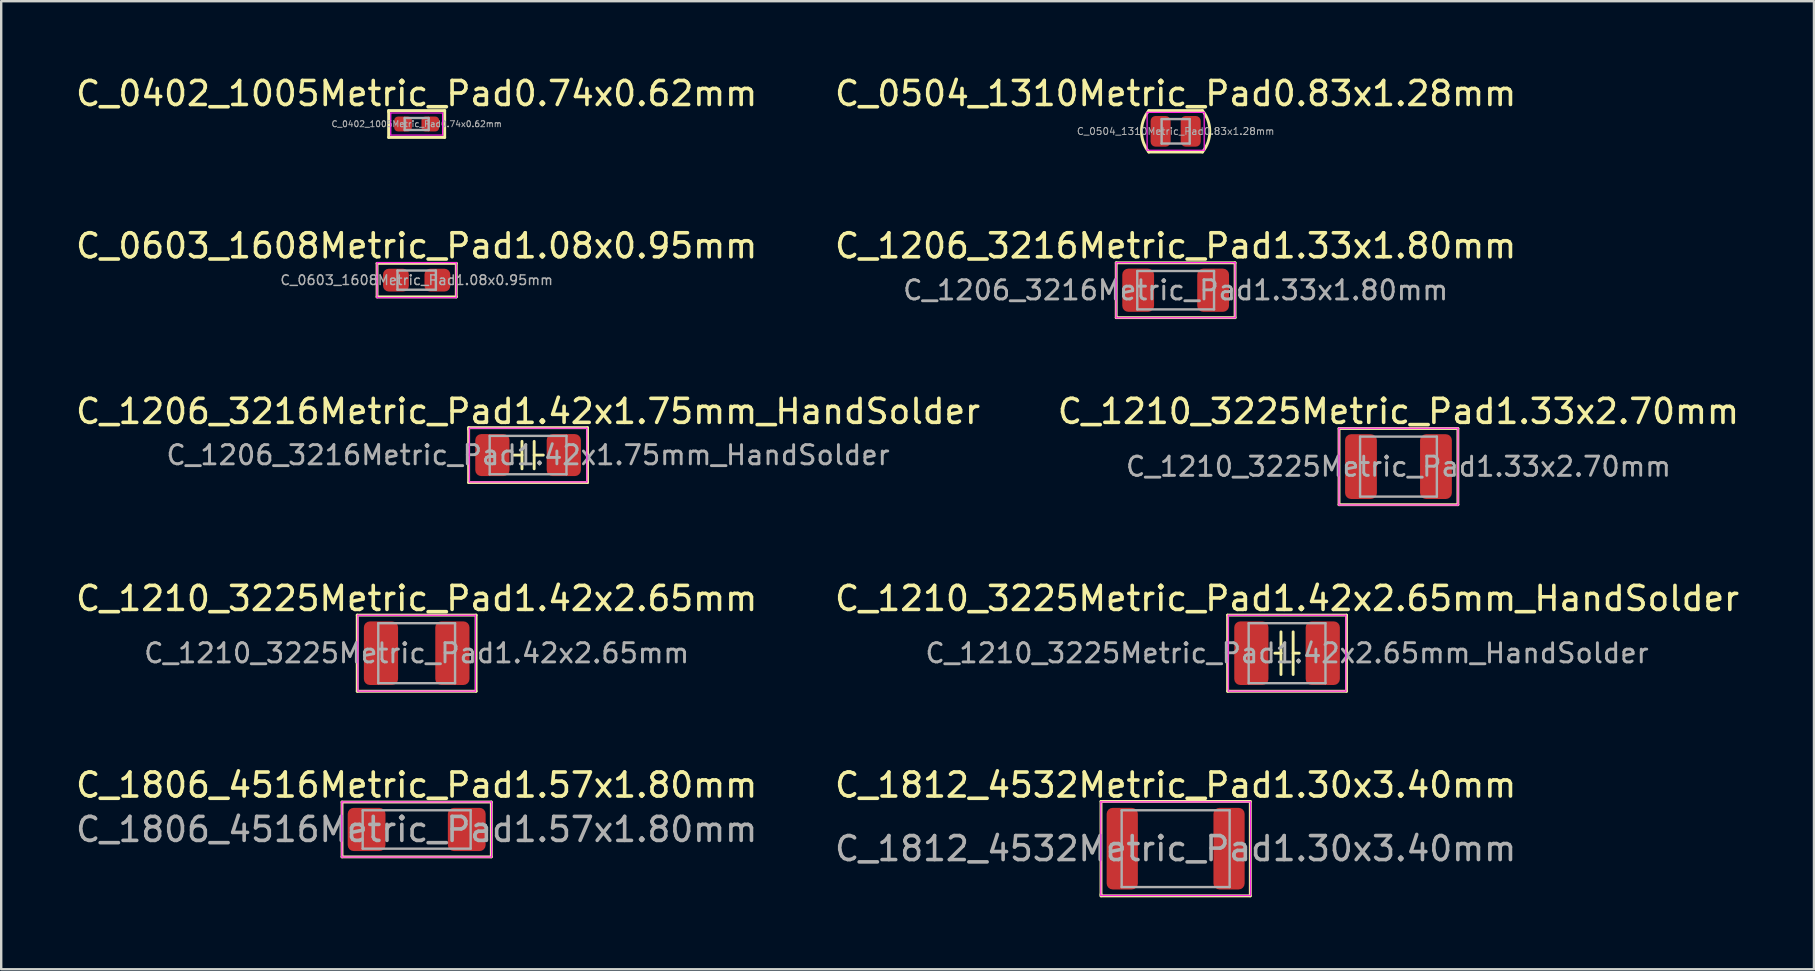
<source format=kicad_pcb>
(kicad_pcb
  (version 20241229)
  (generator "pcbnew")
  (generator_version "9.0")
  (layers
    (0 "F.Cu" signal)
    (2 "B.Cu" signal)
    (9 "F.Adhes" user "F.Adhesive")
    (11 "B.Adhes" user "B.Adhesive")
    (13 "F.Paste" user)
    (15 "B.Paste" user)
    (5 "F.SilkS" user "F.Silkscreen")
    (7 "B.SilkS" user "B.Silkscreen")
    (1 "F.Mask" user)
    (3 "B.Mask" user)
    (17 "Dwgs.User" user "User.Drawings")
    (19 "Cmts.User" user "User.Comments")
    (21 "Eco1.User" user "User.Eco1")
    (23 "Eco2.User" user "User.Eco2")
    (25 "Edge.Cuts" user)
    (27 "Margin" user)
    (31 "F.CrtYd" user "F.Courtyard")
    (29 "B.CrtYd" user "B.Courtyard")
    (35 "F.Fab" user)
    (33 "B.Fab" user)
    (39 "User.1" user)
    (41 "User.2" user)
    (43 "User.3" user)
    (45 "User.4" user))
  (footprint "C_1806_4516Metric_Pad1.57x1.80mm"
    (layer "F.Cu")
    (at 14.315 31.518)
    (property "Reference" "C_1806_4516Metric_Pad1.57x1.80mm" (at 0 -1.85 0) (layer "F.SilkS") (effects (font (size 1 1) (thickness 0.15))))
    (attr smd)
    (fp_line (start -3.111 -1.143) (end -3.111 1.143) (stroke (width 0.12) (type solid)) (layer "F.SilkS"))
    (fp_line (start -3.111 1.143) (end 3.111 1.143) (stroke (width 0.12) (type solid)) (layer "F.SilkS"))
    (fp_line (start 3.111 -1.143) (end -3.111 -1.143) (stroke (width 0.12) (type solid)) (layer "F.SilkS"))
    (fp_line (start 3.111 1.143) (end 3.111 -1.143) (stroke (width 0.12) (type solid)) (layer "F.SilkS"))
    (fp_line (start -3.12 -1.15) (end 3.12 -1.15) (stroke (width 0.05) (type solid)) (layer "F.CrtYd"))
    (fp_line (start -3.12 1.15) (end -3.12 -1.15) (stroke (width 0.05) (type solid)) (layer "F.CrtYd"))
    (fp_line (start 3.12 -1.15) (end 3.12 1.15) (stroke (width 0.05) (type solid)) (layer "F.CrtYd"))
    (fp_line (start 3.12 1.15) (end -3.12 1.15) (stroke (width 0.05) (type solid)) (layer "F.CrtYd"))
    (fp_line (start -2.25 -0.8) (end 2.25 -0.8) (stroke (width 0.1) (type solid)) (layer "F.Fab"))
    (fp_line (start -2.25 0.8) (end -2.25 -0.8) (stroke (width 0.1) (type solid)) (layer "F.Fab"))
    (fp_line (start 2.25 -0.8) (end 2.25 0.8) (stroke (width 0.1) (type solid)) (layer "F.Fab"))
    (fp_line (start 2.25 0.8) (end -2.25 0.8) (stroke (width 0.1) (type solid)) (layer "F.Fab"))
    (fp_text user "${REFERENCE}" (at 0 0 0) (layer "F.Fab") (effects (font (size 1 1) (thickness 0.15))))
    (pad "1" smd roundrect (at -2.087 0) (size 1.575 1.8) (layers "F.Cu" "F.Mask" "F.Paste") (roundrect_rratio 0.159))
    (pad "2" smd roundrect (at 2.087 0) (size 1.575 1.8) (layers "F.Cu" "F.Mask" "F.Paste") (roundrect_rratio 0.159)))
  (footprint "C_0603_1608Metric_Pad1.08x0.95mm"
    (layer "F.Cu")
    (at 14.315 8.625)
    (property "Reference" "C_0603_1608Metric_Pad1.08x0.95mm" (at 0 -1.43 0) (layer "F.SilkS") (effects (font (size 1 1) (thickness 0.15))))
    (attr smd)
    (fp_line (start -1.651 -0.699) (end -1.651 0.699) (stroke (width 0.12) (type solid)) (layer "F.SilkS"))
    (fp_line (start -1.651 0.699) (end 1.651 0.699) (stroke (width 0.12) (type solid)) (layer "F.SilkS"))
    (fp_line (start 1.651 -0.699) (end -1.651 -0.699) (stroke (width 0.12) (type solid)) (layer "F.SilkS"))
    (fp_line (start 1.651 0.699) (end 1.651 -0.699) (stroke (width 0.12) (type solid)) (layer "F.SilkS"))
    (fp_line (start -1.65 -0.73) (end 1.65 -0.73) (stroke (width 0.05) (type solid)) (layer "F.CrtYd"))
    (fp_line (start -1.65 0.73) (end -1.65 -0.73) (stroke (width 0.05) (type solid)) (layer "F.CrtYd"))
    (fp_line (start 1.65 -0.73) (end 1.65 0.73) (stroke (width 0.05) (type solid)) (layer "F.CrtYd"))
    (fp_line (start 1.65 0.73) (end -1.65 0.73) (stroke (width 0.05) (type solid)) (layer "F.CrtYd"))
    (fp_line (start -0.8 -0.4) (end 0.8 -0.4) (stroke (width 0.1) (type solid)) (layer "F.Fab"))
    (fp_line (start -0.8 0.4) (end -0.8 -0.4) (stroke (width 0.1) (type solid)) (layer "F.Fab"))
    (fp_line (start 0.8 -0.4) (end 0.8 0.4) (stroke (width 0.1) (type solid)) (layer "F.Fab"))
    (fp_line (start 0.8 0.4) (end -0.8 0.4) (stroke (width 0.1) (type solid)) (layer "F.Fab"))
    (fp_text user "${REFERENCE}" (at 0 0 0) (layer "F.Fab") (effects (font (size 0.4 0.4) (thickness 0.06))))
    (pad "1" smd roundrect (at -0.863 0) (size 1.075 0.95) (layers "F.Cu" "F.Mask" "F.Paste") (roundrect_rratio 0.25))
    (pad "2" smd roundrect (at 0.863 0) (size 1.075 0.95) (layers "F.Cu" "F.Mask" "F.Paste") (roundrect_rratio 0.25)))
  (footprint "C_1210_3225Metric_Pad1.42x2.65mm"
    (layer "F.Cu")
    (at 14.315 24.172)
    (property "Reference" "C_1210_3225Metric_Pad1.42x2.65mm" (at 0 -2.28 0) (layer "F.SilkS") (effects (font (size 1 1) (thickness 0.15))))
    (attr smd)
    (fp_line (start -2.477 -1.587) (end -2.477 1.587) (stroke (width 0.12) (type solid)) (layer "F.SilkS"))
    (fp_line (start -2.477 1.587) (end 2.477 1.587) (stroke (width 0.12) (type solid)) (layer "F.SilkS"))
    (fp_line (start 2.477 -1.587) (end -2.477 -1.587) (stroke (width 0.12) (type solid)) (layer "F.SilkS"))
    (fp_line (start 2.477 1.587) (end 2.477 -1.587) (stroke (width 0.12) (type solid)) (layer "F.SilkS"))
    (fp_line (start -2.45 -1.58) (end 2.45 -1.58) (stroke (width 0.05) (type solid)) (layer "F.CrtYd"))
    (fp_line (start -2.45 1.58) (end -2.45 -1.58) (stroke (width 0.05) (type solid)) (layer "F.CrtYd"))
    (fp_line (start 2.45 -1.58) (end 2.45 1.58) (stroke (width 0.05) (type solid)) (layer "F.CrtYd"))
    (fp_line (start 2.45 1.58) (end -2.45 1.58) (stroke (width 0.05) (type solid)) (layer "F.CrtYd"))
    (fp_line (start -1.6 -1.25) (end 1.6 -1.25) (stroke (width 0.1) (type solid)) (layer "F.Fab"))
    (fp_line (start -1.6 1.25) (end -1.6 -1.25) (stroke (width 0.1) (type solid)) (layer "F.Fab"))
    (fp_line (start 1.6 -1.25) (end 1.6 1.25) (stroke (width 0.1) (type solid)) (layer "F.Fab"))
    (fp_line (start 1.6 1.25) (end -1.6 1.25) (stroke (width 0.1) (type solid)) (layer "F.Fab"))
    (fp_text user "${REFERENCE}" (at 0 0 0) (layer "F.Fab") (effects (font (size 0.8 0.8) (thickness 0.12))))
    (pad "1" smd roundrect (at -1.488 0) (size 1.425 2.65) (layers "F.Cu" "F.Mask" "F.Paste") (roundrect_rratio 0.175))
    (pad "2" smd roundrect (at 1.488 0) (size 1.425 2.65) (layers "F.Cu" "F.Mask" "F.Paste") (roundrect_rratio 0.175)))
  (footprint "C_0402_1005Metric_Pad0.74x0.62mm"
    (layer "F.Cu")
    (at 14.315 2.118)
    (property "Reference" "C_0402_1005Metric_Pad0.74x0.62mm" (at 0 -1.27 0) (layer "F.SilkS") (effects (font (size 1 1) (thickness 0.15))))
    (attr smd)
    (fp_line (start -1.168 -0.559) (end 1.168 -0.559) (stroke (width 0.12) (type solid)) (layer "F.SilkS"))
    (fp_line (start -1.168 -0.508) (end -1.168 -0.559) (stroke (width 0.12) (type solid)) (layer "F.SilkS"))
    (fp_line (start -1.168 -0.508) (end -1.168 -0.051) (stroke (width 0.12) (type solid)) (layer "F.SilkS"))
    (fp_line (start -1.168 0.559) (end -1.168 -0.051) (stroke (width 0.12) (type solid)) (layer "F.SilkS"))
    (fp_line (start 1.168 -0.559) (end 1.168 0.559) (stroke (width 0.12) (type solid)) (layer "F.SilkS"))
    (fp_line (start 1.168 0.559) (end -1.168 0.559) (stroke (width 0.12) (type solid)) (layer "F.SilkS"))
    (fp_line (start -1.08 -0.46) (end 1.08 -0.46) (stroke (width 0.05) (type solid)) (layer "F.CrtYd"))
    (fp_line (start -1.08 0.46) (end -1.08 -0.46) (stroke (width 0.05) (type solid)) (layer "F.CrtYd"))
    (fp_line (start 1.08 -0.46) (end 1.08 0.46) (stroke (width 0.05) (type solid)) (layer "F.CrtYd"))
    (fp_line (start 1.08 0.46) (end -1.08 0.46) (stroke (width 0.05) (type solid)) (layer "F.CrtYd"))
    (fp_line (start -0.5 -0.25) (end 0.5 -0.25) (stroke (width 0.1) (type solid)) (layer "F.Fab"))
    (fp_line (start -0.5 0.25) (end -0.5 -0.25) (stroke (width 0.1) (type solid)) (layer "F.Fab"))
    (fp_line (start 0.5 -0.25) (end 0.5 0.25) (stroke (width 0.1) (type solid)) (layer "F.Fab"))
    (fp_line (start 0.5 0.25) (end -0.5 0.25) (stroke (width 0.1) (type solid)) (layer "F.Fab"))
    (fp_text user "${REFERENCE}" (at 0 0 0) (layer "F.Fab") (effects (font (size 0.25 0.25) (thickness 0.04))))
    (pad "1" smd roundrect (at -0.568 0) (size 0.735 0.62) (layers "F.Cu" "F.Mask" "F.Paste") (roundrect_rratio 0.25))
    (pad "2" smd roundrect (at 0.568 0) (size 0.735 0.62) (layers "F.Cu" "F.Mask" "F.Paste") (roundrect_rratio 0.25)))
  (footprint "C_1812_4532Metric_Pad1.30x3.40mm"
    (layer "F.Cu")
    (at 45.946 32.318)
    (property "Reference" "C_1812_4532Metric_Pad1.30x3.40mm" (at 0 -2.65 0) (layer "F.SilkS") (effects (font (size 1 1) (thickness 0.15))))
    (attr smd)
    (fp_line (start -3.111 -1.968) (end -3.111 1.905) (stroke (width 0.12) (type solid)) (layer "F.SilkS"))
    (fp_line (start -3.111 1.905) (end -3.111 1.968) (stroke (width 0.12) (type solid)) (layer "F.SilkS"))
    (fp_line (start -3.111 1.968) (end 3.111 1.968) (stroke (width 0.12) (type solid)) (layer "F.SilkS"))
    (fp_line (start 3.111 -1.968) (end -3.111 -1.968) (stroke (width 0.12) (type solid)) (layer "F.SilkS"))
    (fp_line (start 3.111 1.968) (end 3.111 -1.968) (stroke (width 0.12) (type solid)) (layer "F.SilkS"))
    (fp_line (start -3.12 -1.95) (end 3.12 -1.95) (stroke (width 0.05) (type solid)) (layer "F.CrtYd"))
    (fp_line (start -3.12 1.95) (end -3.12 -1.95) (stroke (width 0.05) (type solid)) (layer "F.CrtYd"))
    (fp_line (start 3.12 -1.95) (end 3.12 1.95) (stroke (width 0.05) (type solid)) (layer "F.CrtYd"))
    (fp_line (start 3.12 1.95) (end -3.12 1.95) (stroke (width 0.05) (type solid)) (layer "F.CrtYd"))
    (fp_line (start -2.25 -1.6) (end 2.25 -1.6) (stroke (width 0.1) (type solid)) (layer "F.Fab"))
    (fp_line (start -2.25 1.6) (end -2.25 -1.6) (stroke (width 0.1) (type solid)) (layer "F.Fab"))
    (fp_line (start 2.25 -1.6) (end 2.25 1.6) (stroke (width 0.1) (type solid)) (layer "F.Fab"))
    (fp_line (start 2.25 1.6) (end -2.25 1.6) (stroke (width 0.1) (type solid)) (layer "F.Fab"))
    (fp_text user "${REFERENCE}" (at 0 0 0) (layer "F.Fab") (effects (font (size 1 1) (thickness 0.15))))
    (pad "1" smd roundrect (at -2.225 0) (size 1.3 3.4) (layers "F.Cu" "F.Mask" "F.Paste") (roundrect_rratio 0.192))
    (pad "2" smd roundrect (at 2.225 0) (size 1.3 3.4) (layers "F.Cu" "F.Mask" "F.Paste") (roundrect_rratio 0.192)))
  (footprint "C_0504_1310Metric_Pad0.83x1.28mm"
    (layer "F.Cu")
    (at 45.946 2.423)
    (property "Reference" "C_0504_1310Metric_Pad0.83x1.28mm" (at 0 -1.575 0) (layer "F.SilkS") (effects (font (size 1 1) (thickness 0.15))))
    (attr smd)
    (fp_line (start -1.118 0.864) (end 1.118 0.864) (stroke (width 0.12) (type solid)) (layer "F.SilkS"))
    (fp_line (start 1.118 -0.864) (end -1.118 -0.864) (stroke (width 0.12) (type solid)) (layer "F.SilkS"))
    (fp_arc (start -1.1176 0.8636) (mid -1.42334 0) (end -1.1176 -0.8636) (stroke (width 0.12) (type solid)) (layer "F.SilkS"))
    (fp_arc (start 1.1176 -0.8636) (mid 1.42334 0) (end 1.1176 0.8636) (stroke (width 0.12) (type solid)) (layer "F.SilkS"))
    (fp_line (start -1.19 -0.79) (end 1.19 -0.79) (stroke (width 0.05) (type solid)) (layer "F.CrtYd"))
    (fp_line (start -1.19 0.79) (end -1.19 -0.79) (stroke (width 0.05) (type solid)) (layer "F.CrtYd"))
    (fp_line (start 1.19 -0.79) (end 1.19 0.79) (stroke (width 0.05) (type solid)) (layer "F.CrtYd"))
    (fp_line (start 1.19 0.79) (end -1.19 0.79) (stroke (width 0.05) (type solid)) (layer "F.CrtYd"))
    (fp_line (start -0.585 -0.51) (end 0.585 -0.51) (stroke (width 0.1) (type solid)) (layer "F.Fab"))
    (fp_line (start -0.585 0.51) (end -0.585 -0.51) (stroke (width 0.1) (type solid)) (layer "F.Fab"))
    (fp_line (start 0.585 -0.51) (end 0.585 0.51) (stroke (width 0.1) (type solid)) (layer "F.Fab"))
    (fp_line (start 0.585 0.51) (end -0.585 0.51) (stroke (width 0.1) (type solid)) (layer "F.Fab"))
    (fp_text user "${REFERENCE}" (at 0 0 0) (layer "F.Fab") (effects (font (size 0.29 0.29) (thickness 0.04))))
    (pad "1" smd roundrect (at -0.627 0) (size 0.835 1.28) (layers "F.Cu" "F.Mask" "F.Paste") (roundrect_rratio 0.25))
    (pad "2" smd roundrect (at 0.627 0) (size 0.835 1.28) (layers "F.Cu" "F.Mask" "F.Paste") (roundrect_rratio 0.25)))
  (footprint "C_1210_3225Metric_Pad1.42x2.65mm_HandSolder"
    (layer "F.Cu")
    (at 50.589 24.172)
    (property "Reference" "C_1210_3225Metric_Pad1.42x2.65mm_HandSolder" (at 0 -2.28 0) (layer "F.SilkS") (effects (font (size 1 1) (thickness 0.15))))
    (attr smd)
    (fp_line (start -2.477 -1.587) (end -2.477 1.587) (stroke (width 0.12) (type solid)) (layer "F.SilkS"))
    (fp_line (start -2.477 1.587) (end 2.477 1.587) (stroke (width 0.12) (type solid)) (layer "F.SilkS"))
    (fp_line (start -0.254 -0.889) (end -0.254 0) (stroke (width 0.12) (type solid)) (layer "F.SilkS"))
    (fp_line (start -0.254 0) (end -0.508 0) (stroke (width 0.12) (type solid)) (layer "F.SilkS"))
    (fp_line (start -0.254 0) (end -0.254 0.889) (stroke (width 0.12) (type solid)) (layer "F.SilkS"))
    (fp_line (start 0.254 -0.889) (end 0.254 0.889) (stroke (width 0.12) (type solid)) (layer "F.SilkS"))
    (fp_line (start 0.254 0) (end 0.508 0) (stroke (width 0.12) (type solid)) (layer "F.SilkS"))
    (fp_line (start 2.477 -1.587) (end -2.477 -1.587) (stroke (width 0.12) (type solid)) (layer "F.SilkS"))
    (fp_line (start 2.477 1.587) (end 2.477 -1.587) (stroke (width 0.12) (type solid)) (layer "F.SilkS"))
    (fp_line (start -2.45 -1.58) (end 2.45 -1.58) (stroke (width 0.05) (type solid)) (layer "F.CrtYd"))
    (fp_line (start -2.45 1.58) (end -2.45 -1.58) (stroke (width 0.05) (type solid)) (layer "F.CrtYd"))
    (fp_line (start 2.45 -1.58) (end 2.45 1.58) (stroke (width 0.05) (type solid)) (layer "F.CrtYd"))
    (fp_line (start 2.45 1.58) (end -2.45 1.58) (stroke (width 0.05) (type solid)) (layer "F.CrtYd"))
    (fp_line (start -1.6 -1.25) (end 1.6 -1.25) (stroke (width 0.1) (type solid)) (layer "F.Fab"))
    (fp_line (start -1.6 1.25) (end -1.6 -1.25) (stroke (width 0.1) (type solid)) (layer "F.Fab"))
    (fp_line (start 1.6 -1.25) (end 1.6 1.25) (stroke (width 0.1) (type solid)) (layer "F.Fab"))
    (fp_line (start 1.6 1.25) (end -1.6 1.25) (stroke (width 0.1) (type solid)) (layer "F.Fab"))
    (fp_text user "${REFERENCE}" (at 0 0 0) (layer "F.Fab") (effects (font (size 0.8 0.8) (thickness 0.12))))
    (pad "1" smd roundrect (at -1.488 0) (size 1.425 2.65) (layers "F.Cu" "F.Mask" "F.Paste") (roundrect_rratio 0.175))
    (pad "2" smd roundrect (at 1.488 0) (size 1.425 2.65) (layers "F.Cu" "F.Mask" "F.Paste") (roundrect_rratio 0.175)))
  (footprint "C_1206_3216Metric_Pad1.42x1.75mm_HandSolder"
    (layer "F.Cu")
    (at 18.958 15.916)
    (property "Reference" "C_1206_3216Metric_Pad1.42x1.75mm_HandSolder" (at 0 -1.82 0) (layer "F.SilkS") (effects (font (size 1 1) (thickness 0.15))))
    (attr smd)
    (fp_line (start -2.477 -1.143) (end -2.477 -1.079) (stroke (width 0.12) (type solid)) (layer "F.SilkS"))
    (fp_line (start -2.477 -1.079) (end -2.477 1.143) (stroke (width 0.12) (type solid)) (layer "F.SilkS"))
    (fp_line (start -2.477 1.143) (end 2.477 1.143) (stroke (width 0.12) (type solid)) (layer "F.SilkS"))
    (fp_line (start -0.254 -0.572) (end -0.254 0.572) (stroke (width 0.12) (type solid)) (layer "F.SilkS"))
    (fp_line (start -0.254 0) (end -0.635 0) (stroke (width 0.12) (type solid)) (layer "F.SilkS"))
    (fp_line (start 0.254 -0.572) (end 0.254 0.572) (stroke (width 0.12) (type solid)) (layer "F.SilkS"))
    (fp_line (start 0.254 0) (end 0.635 0) (stroke (width 0.12) (type solid)) (layer "F.SilkS"))
    (fp_line (start 2.477 -1.143) (end -2.477 -1.143) (stroke (width 0.12) (type solid)) (layer "F.SilkS"))
    (fp_line (start 2.477 1.143) (end 2.477 -1.143) (stroke (width 0.12) (type solid)) (layer "F.SilkS"))
    (fp_line (start -2.45 -1.12) (end 2.45 -1.12) (stroke (width 0.05) (type solid)) (layer "F.CrtYd"))
    (fp_line (start -2.45 1.12) (end -2.45 -1.12) (stroke (width 0.05) (type solid)) (layer "F.CrtYd"))
    (fp_line (start 2.45 -1.12) (end 2.45 1.12) (stroke (width 0.05) (type solid)) (layer "F.CrtYd"))
    (fp_line (start 2.45 1.12) (end -2.45 1.12) (stroke (width 0.05) (type solid)) (layer "F.CrtYd"))
    (fp_line (start -1.6 -0.8) (end 1.6 -0.8) (stroke (width 0.1) (type solid)) (layer "F.Fab"))
    (fp_line (start -1.6 0.8) (end -1.6 -0.8) (stroke (width 0.1) (type solid)) (layer "F.Fab"))
    (fp_line (start 1.6 -0.8) (end 1.6 0.8) (stroke (width 0.1) (type solid)) (layer "F.Fab"))
    (fp_line (start 1.6 0.8) (end -1.6 0.8) (stroke (width 0.1) (type solid)) (layer "F.Fab"))
    (fp_text user "${REFERENCE}" (at 0 0 0) (layer "F.Fab") (effects (font (size 0.8 0.8) (thickness 0.12))))
    (pad "1" smd roundrect (at -1.488 0) (size 1.425 1.75) (layers "F.Cu" "F.Mask" "F.Paste") (roundrect_rratio 0.175))
    (pad "2" smd roundrect (at 1.488 0) (size 1.425 1.75) (layers "F.Cu" "F.Mask" "F.Paste") (roundrect_rratio 0.175)))
  (footprint "C_1206_3216Metric_Pad1.33x1.80mm"
    (layer "F.Cu")
    (at 45.946 9.045)
    (property "Reference" "C_1206_3216Metric_Pad1.33x1.80mm" (at 0 -1.85 0) (layer "F.SilkS") (effects (font (size 1 1) (thickness 0.15))))
    (attr smd)
    (fp_line (start -2.477 -1.143) (end -2.477 1.143) (stroke (width 0.12) (type solid)) (layer "F.SilkS"))
    (fp_line (start -2.477 1.143) (end 2.477 1.143) (stroke (width 0.12) (type solid)) (layer "F.SilkS"))
    (fp_line (start 2.477 -1.143) (end -2.477 -1.143) (stroke (width 0.12) (type solid)) (layer "F.SilkS"))
    (fp_line (start 2.477 1.143) (end 2.477 -1.143) (stroke (width 0.12) (type solid)) (layer "F.SilkS"))
    (fp_line (start -2.48 -1.15) (end 2.48 -1.15) (stroke (width 0.05) (type solid)) (layer "F.CrtYd"))
    (fp_line (start -2.48 1.15) (end -2.48 -1.15) (stroke (width 0.05) (type solid)) (layer "F.CrtYd"))
    (fp_line (start 2.48 -1.15) (end 2.48 1.15) (stroke (width 0.05) (type solid)) (layer "F.CrtYd"))
    (fp_line (start 2.48 1.15) (end -2.48 1.15) (stroke (width 0.05) (type solid)) (layer "F.CrtYd"))
    (fp_line (start -1.6 -0.8) (end 1.6 -0.8) (stroke (width 0.1) (type solid)) (layer "F.Fab"))
    (fp_line (start -1.6 0.8) (end -1.6 -0.8) (stroke (width 0.1) (type solid)) (layer "F.Fab"))
    (fp_line (start 1.6 -0.8) (end 1.6 0.8) (stroke (width 0.1) (type solid)) (layer "F.Fab"))
    (fp_line (start 1.6 0.8) (end -1.6 0.8) (stroke (width 0.1) (type solid)) (layer "F.Fab"))
    (fp_text user "${REFERENCE}" (at 0 0 0) (layer "F.Fab") (effects (font (size 0.8 0.8) (thickness 0.12))))
    (pad "1" smd roundrect (at -1.562 0) (size 1.325 1.8) (layers "F.Cu" "F.Mask" "F.Paste") (roundrect_rratio 0.189))
    (pad "2" smd roundrect (at 1.562 0) (size 1.325 1.8) (layers "F.Cu" "F.Mask" "F.Paste") (roundrect_rratio 0.189)))
  (footprint "C_1210_3225Metric_Pad1.33x2.70mm"
    (layer "F.Cu")
    (at 55.232 16.396)
    (property "Reference" "C_1210_3225Metric_Pad1.33x2.70mm" (at 0 -2.3 0) (layer "F.SilkS") (effects (font (size 1 1) (thickness 0.15))))
    (attr smd)
    (fp_line (start -2.477 -1.587) (end -2.477 1.587) (stroke (width 0.12) (type solid)) (layer "F.SilkS"))
    (fp_line (start -2.477 1.587) (end 2.477 1.587) (stroke (width 0.12) (type solid)) (layer "F.SilkS"))
    (fp_line (start 2.477 -1.587) (end -2.477 -1.587) (stroke (width 0.12) (type solid)) (layer "F.SilkS"))
    (fp_line (start 2.477 1.587) (end 2.477 -1.587) (stroke (width 0.12) (type solid)) (layer "F.SilkS"))
    (fp_line (start -2.48 -1.6) (end 2.48 -1.6) (stroke (width 0.05) (type solid)) (layer "F.CrtYd"))
    (fp_line (start -2.48 1.6) (end -2.48 -1.6) (stroke (width 0.05) (type solid)) (layer "F.CrtYd"))
    (fp_line (start 2.48 -1.6) (end 2.48 1.6) (stroke (width 0.05) (type solid)) (layer "F.CrtYd"))
    (fp_line (start 2.48 1.6) (end -2.48 1.6) (stroke (width 0.05) (type solid)) (layer "F.CrtYd"))
    (fp_line (start -1.6 -1.25) (end 1.6 -1.25) (stroke (width 0.1) (type solid)) (layer "F.Fab"))
    (fp_line (start -1.6 1.25) (end -1.6 -1.25) (stroke (width 0.1) (type solid)) (layer "F.Fab"))
    (fp_line (start 1.6 -1.25) (end 1.6 1.25) (stroke (width 0.1) (type solid)) (layer "F.Fab"))
    (fp_line (start 1.6 1.25) (end -1.6 1.25) (stroke (width 0.1) (type solid)) (layer "F.Fab"))
    (fp_text user "${REFERENCE}" (at 0 0 0) (layer "F.Fab") (effects (font (size 0.8 0.8) (thickness 0.12))))
    (pad "1" smd roundrect (at -1.562 0) (size 1.325 2.7) (layers "F.Cu" "F.Mask" "F.Paste") (roundrect_rratio 0.189))
    (pad "2" smd roundrect (at 1.562 0) (size 1.325 2.7) (layers "F.Cu" "F.Mask" "F.Paste") (roundrect_rratio 0.189)))
  (gr_rect
    (start -3 -3)
    (end 72.548 37.346)
    (stroke (width 0.1) (type default))
    (fill no)
    (layer "Edge.Cuts")))
</source>
